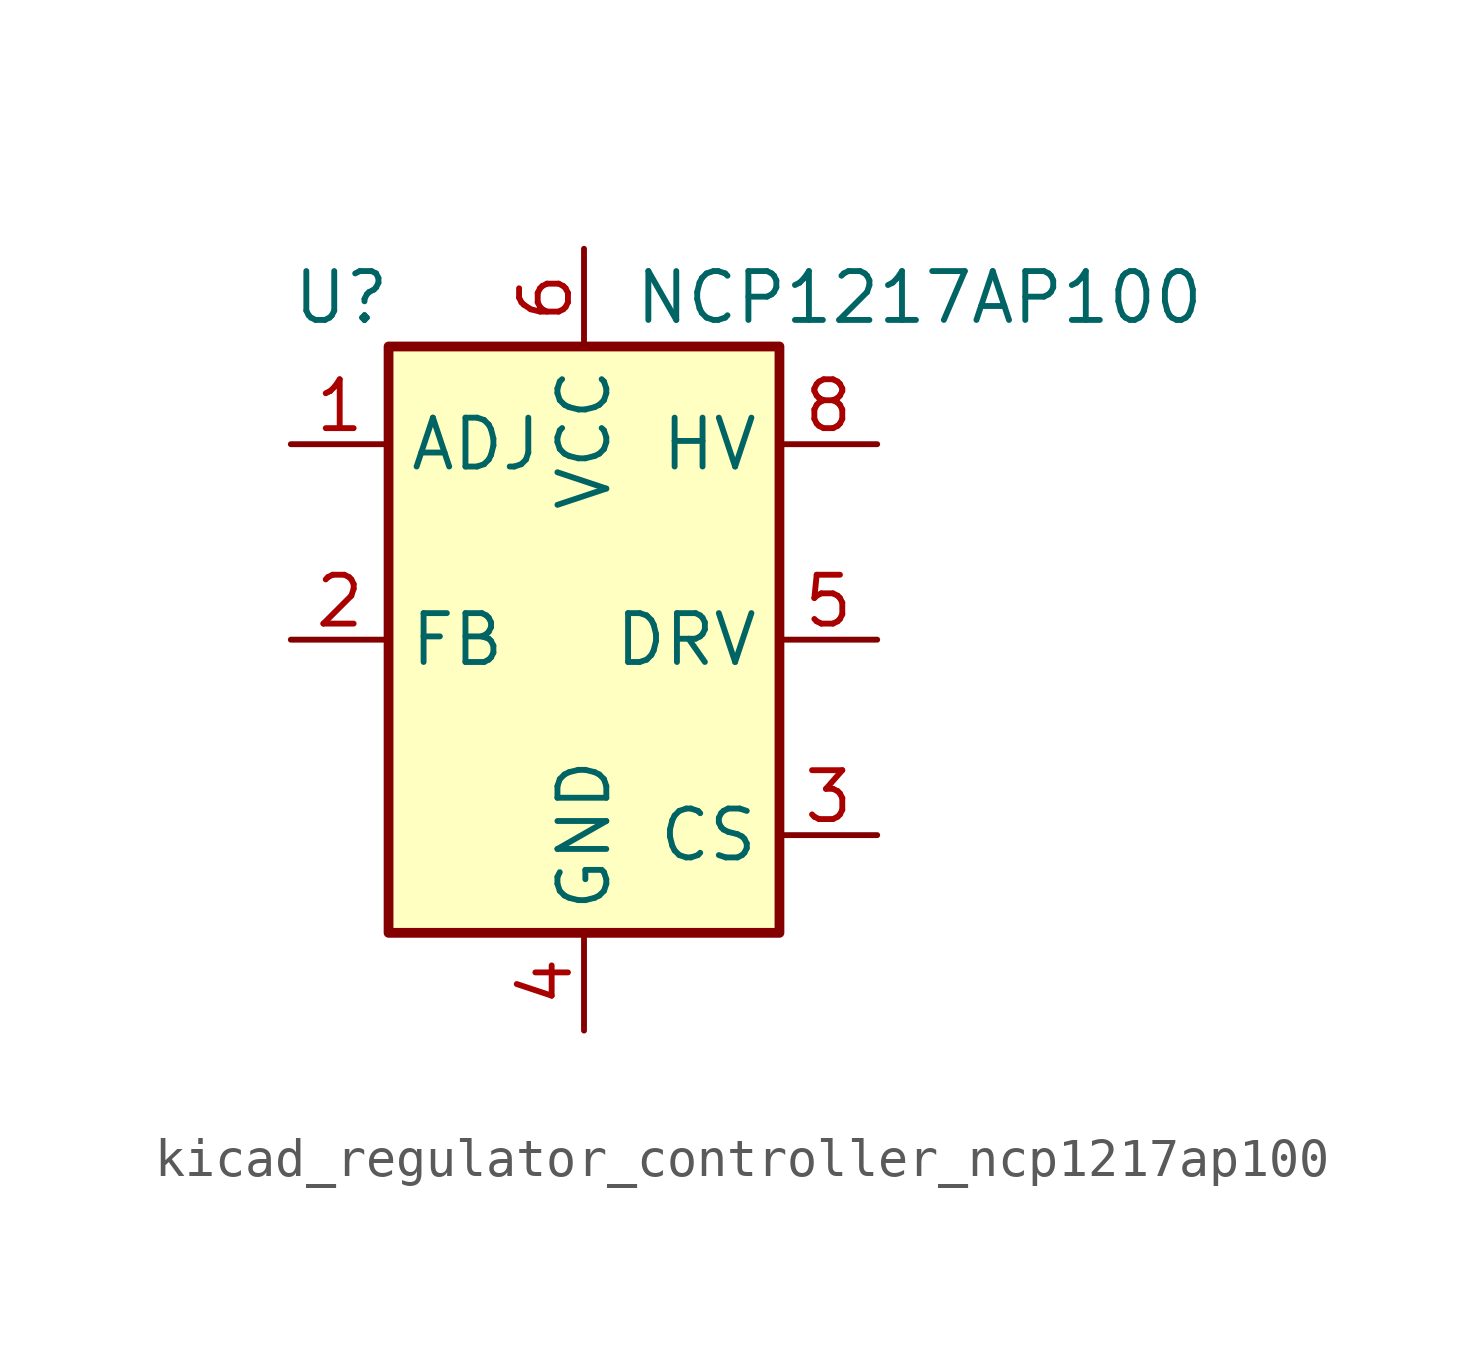
<source format=kicad_sym>
(kicad_symbol_lib
  (version 20220914)
  (generator kicad_symbol_editor)
  (symbol "kicad_regulator_controller_ncp1217ap100"
    (property "Reference" "U"
      (at -7.62 8.89 0)
      (effects (font (size 1.27 1.27)) (justify left)))
    (property "Value" "NCP1217AP100"
      (at 1.27 8.89 0)
      (effects (font (size 1.27 1.27)) (justify left)))
    (symbol "kicad_regulator_controller_ncp1217ap100_0_0"
      (rectangle (start -5.08 7.62) (end 5.08 -7.62) (stroke (width 0.254) (type default)) (fill (type background))))
    (symbol "kicad_regulator_controller_ncp1217ap100_1_1"
      (pin input line (at -7.62 5.08 0) (length 2.54) (name "ADJ" (effects (font (size 1.27 1.27)))) (number "1" (effects (font (size 1.27 1.27)))))
      (pin input line (at -7.62 0 0) (length 2.54) (name "FB" (effects (font (size 1.27 1.27)))) (number "2" (effects (font (size 1.27 1.27)))))
      (pin input line (at 7.62 -5.08 180) (length 2.54) (name "CS" (effects (font (size 1.27 1.27)))) (number "3" (effects (font (size 1.27 1.27)))))
      (pin power_in line (at 0 -10.16 90) (length 2.54) (name "GND" (effects (font (size 1.27 1.27)))) (number "4" (effects (font (size 1.27 1.27)))))
      (pin output line (at 7.62 0 180) (length 2.54) (name "DRV" (effects (font (size 1.27 1.27)))) (number "5" (effects (font (size 1.27 1.27)))))
      (pin power_in line (at 0 10.16 270) (length 2.54) (name "VCC" (effects (font (size 1.27 1.27)))) (number "6" (effects (font (size 1.27 1.27)))))
      (pin no_connect line (at -5.08 2.54 0) (length 2.54) hide (name "NC" (effects (font (size 1.27 1.27)))) (number "7" (effects (font (size 1.27 1.27)))))
      (pin input line (at 7.62 5.08 180) (length 2.54) (name "HV" (effects (font (size 1.27 1.27)))) (number "8" (effects (font (size 1.27 1.27))))))))
</source>
